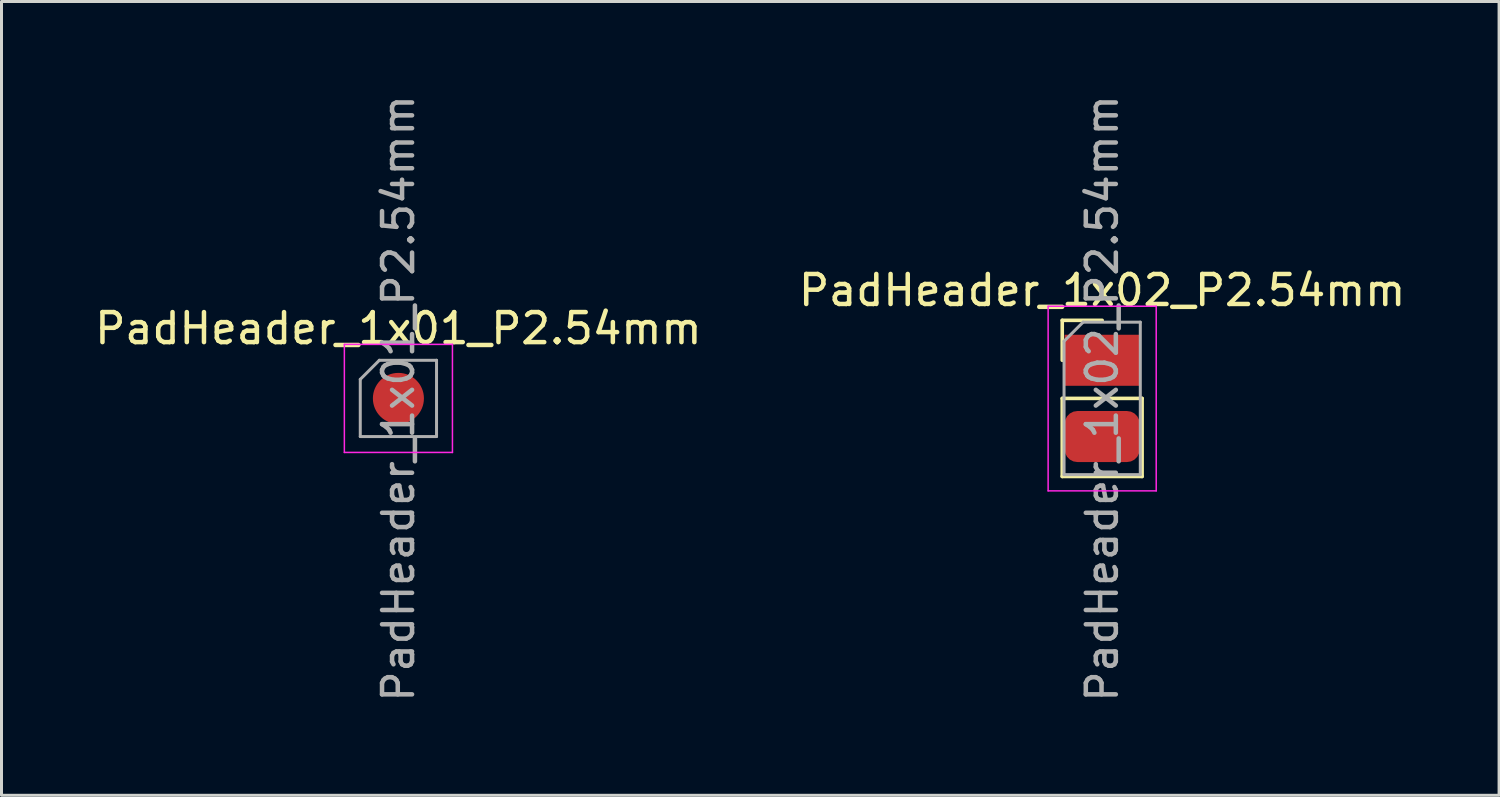
<source format=kicad_pcb>
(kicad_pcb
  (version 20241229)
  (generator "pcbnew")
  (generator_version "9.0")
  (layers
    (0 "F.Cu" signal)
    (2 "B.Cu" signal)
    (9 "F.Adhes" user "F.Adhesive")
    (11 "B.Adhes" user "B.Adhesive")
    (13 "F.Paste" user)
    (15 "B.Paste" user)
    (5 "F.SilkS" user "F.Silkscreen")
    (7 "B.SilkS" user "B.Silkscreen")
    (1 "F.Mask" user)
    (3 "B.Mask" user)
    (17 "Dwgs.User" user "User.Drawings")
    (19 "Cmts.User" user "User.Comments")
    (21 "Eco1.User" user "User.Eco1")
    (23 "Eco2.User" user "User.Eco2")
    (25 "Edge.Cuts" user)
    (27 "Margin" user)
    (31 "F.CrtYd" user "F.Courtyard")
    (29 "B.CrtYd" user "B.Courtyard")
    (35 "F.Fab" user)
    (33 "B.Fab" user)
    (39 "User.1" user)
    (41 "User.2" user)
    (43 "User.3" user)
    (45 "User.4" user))
  (footprint "PadHeader_1x01_P2.54mm"
    (layer "F.Cu")
    (at 10.22 10.22)
    (property "Reference" "PadHeader_1x01_P2.54mm" (at 0 -2.33 0) (layer "F.SilkS") (effects (font (size 1 1) (thickness 0.15))))
    (attr through_hole)
    (fp_line (start -1.8 -1.8) (end -1.8 1.8) (stroke (width 0.05) (type solid)) (layer "F.CrtYd"))
    (fp_line (start -1.8 1.8) (end 1.8 1.8) (stroke (width 0.05) (type solid)) (layer "F.CrtYd"))
    (fp_line (start 1.8 -1.8) (end -1.8 -1.8) (stroke (width 0.05) (type solid)) (layer "F.CrtYd"))
    (fp_line (start 1.8 1.8) (end 1.8 -1.8) (stroke (width 0.05) (type solid)) (layer "F.CrtYd"))
    (fp_line (start -1.27 -0.635) (end -0.635 -1.27) (stroke (width 0.1) (type solid)) (layer "F.Fab"))
    (fp_line (start -1.27 1.27) (end -1.27 -0.635) (stroke (width 0.1) (type solid)) (layer "F.Fab"))
    (fp_line (start -0.635 -1.27) (end 1.27 -1.27) (stroke (width 0.1) (type solid)) (layer "F.Fab"))
    (fp_line (start 1.27 -1.27) (end 1.27 1.27) (stroke (width 0.1) (type solid)) (layer "F.Fab"))
    (fp_line (start 1.27 1.27) (end -1.27 1.27) (stroke (width 0.1) (type solid)) (layer "F.Fab"))
    (fp_text user "${REFERENCE}" (at 0 0 90) (layer "F.Fab") (effects (font (size 1 1) (thickness 0.15))))
    (pad "1" smd circle (at 0 0) (size 1.7 1.7) (layers "F.Cu" "F.Mask" "F.Paste")))
  (footprint "PadHeader_1x02_P2.54mm"
    (layer "F.Cu")
    (at 33.661 8.95)
    (property "Reference" "PadHeader_1x02_P2.54mm" (at 0 -2.33 0) (layer "F.SilkS") (effects (font (size 1 1) (thickness 0.15))))
    (attr through_hole)
    (fp_line (start -1.33 -1.33) (end 0 -1.33) (stroke (width 0.12) (type solid)) (layer "F.SilkS"))
    (fp_line (start -1.33 0) (end -1.33 -1.33) (stroke (width 0.12) (type solid)) (layer "F.SilkS"))
    (fp_line (start -1.33 1.27) (end -1.33 3.87) (stroke (width 0.12) (type solid)) (layer "F.SilkS"))
    (fp_line (start -1.33 1.27) (end 1.33 1.27) (stroke (width 0.12) (type solid)) (layer "F.SilkS"))
    (fp_line (start -1.33 3.87) (end 1.33 3.87) (stroke (width 0.12) (type solid)) (layer "F.SilkS"))
    (fp_line (start 1.33 1.27) (end 1.33 3.87) (stroke (width 0.12) (type solid)) (layer "F.SilkS"))
    (fp_line (start -1.8 -1.8) (end -1.8 4.35) (stroke (width 0.05) (type solid)) (layer "F.CrtYd"))
    (fp_line (start -1.8 4.35) (end 1.8 4.35) (stroke (width 0.05) (type solid)) (layer "F.CrtYd"))
    (fp_line (start 1.8 -1.8) (end -1.8 -1.8) (stroke (width 0.05) (type solid)) (layer "F.CrtYd"))
    (fp_line (start 1.8 4.35) (end 1.8 -1.8) (stroke (width 0.05) (type solid)) (layer "F.CrtYd"))
    (fp_line (start -1.27 -0.635) (end -0.635 -1.27) (stroke (width 0.1) (type solid)) (layer "F.Fab"))
    (fp_line (start -1.27 3.81) (end -1.27 -0.635) (stroke (width 0.1) (type solid)) (layer "F.Fab"))
    (fp_line (start -0.635 -1.27) (end 1.27 -1.27) (stroke (width 0.1) (type solid)) (layer "F.Fab"))
    (fp_line (start 1.27 -1.27) (end 1.27 3.81) (stroke (width 0.1) (type solid)) (layer "F.Fab"))
    (fp_line (start 1.27 3.81) (end -1.27 3.81) (stroke (width 0.1) (type solid)) (layer "F.Fab"))
    (fp_text user "${REFERENCE}" (at 0 1.27 90) (layer "F.Fab") (effects (font (size 1 1) (thickness 0.15))))
    (pad "1" smd rect (at 0 0) (size 2.5 1.7) (layers "F.Cu" "F.Mask" "F.Paste"))
    (pad "2" smd roundrect (at 0 2.54) (size 2.5 1.7) (layers "F.Cu" "F.Mask" "F.Paste") (roundrect_rratio 0.25)))
  (gr_rect
    (start -3 -3)
    (end 46.881 23.44)
    (stroke (width 0.1) (type default))
    (fill no)
    (layer "Edge.Cuts")))
</source>
